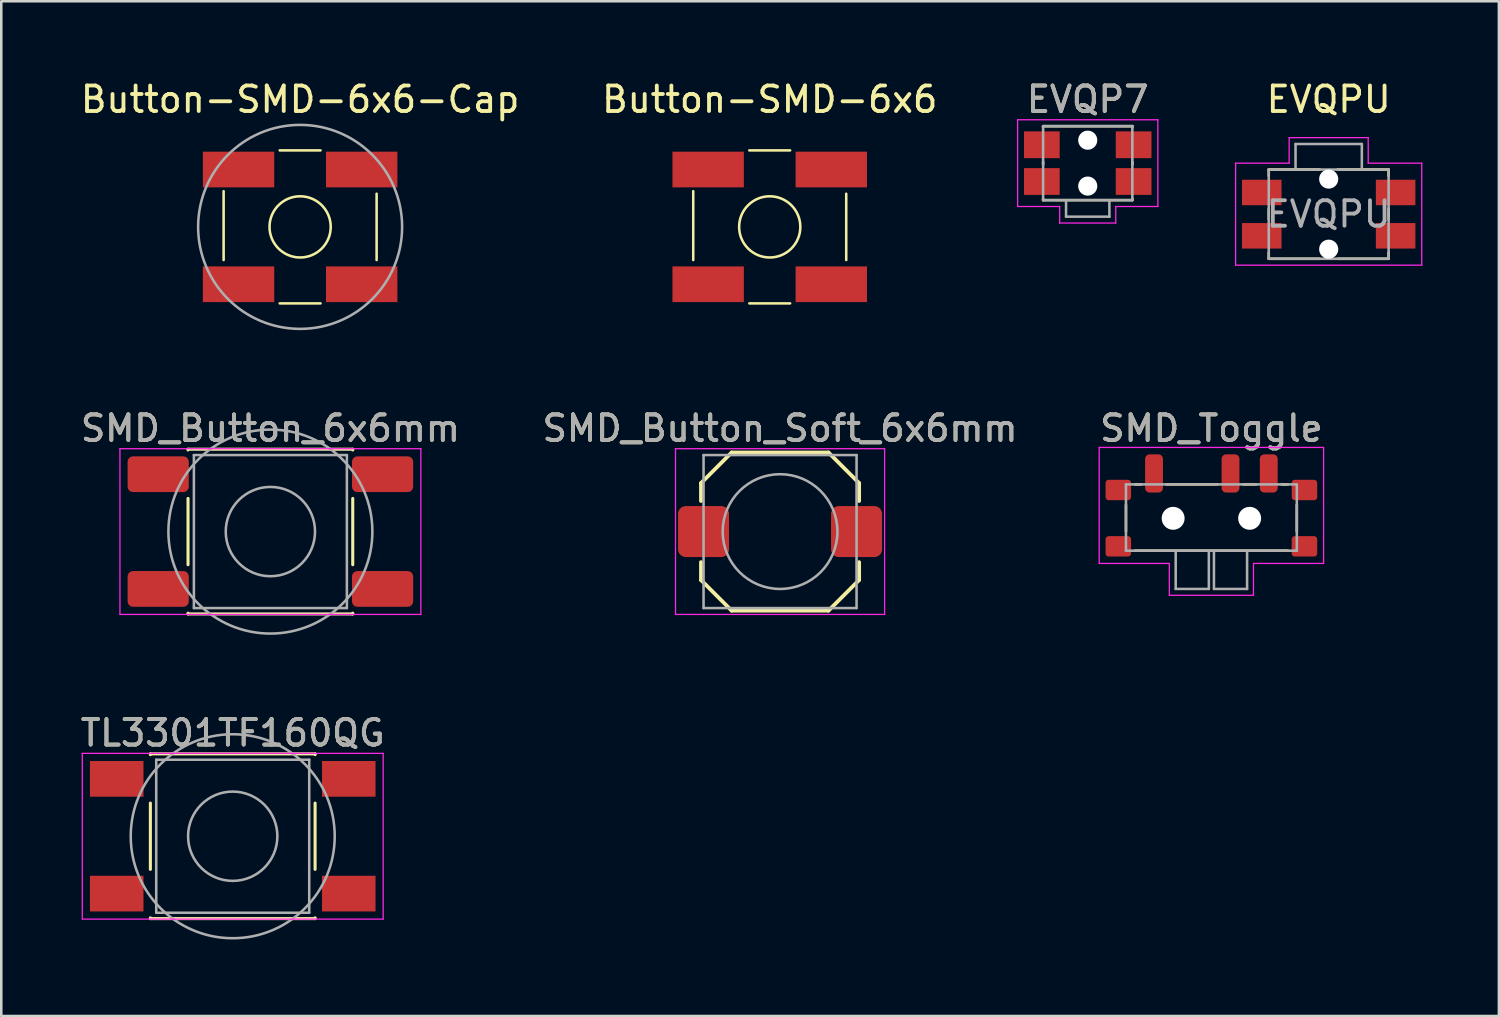
<source format=kicad_pcb>
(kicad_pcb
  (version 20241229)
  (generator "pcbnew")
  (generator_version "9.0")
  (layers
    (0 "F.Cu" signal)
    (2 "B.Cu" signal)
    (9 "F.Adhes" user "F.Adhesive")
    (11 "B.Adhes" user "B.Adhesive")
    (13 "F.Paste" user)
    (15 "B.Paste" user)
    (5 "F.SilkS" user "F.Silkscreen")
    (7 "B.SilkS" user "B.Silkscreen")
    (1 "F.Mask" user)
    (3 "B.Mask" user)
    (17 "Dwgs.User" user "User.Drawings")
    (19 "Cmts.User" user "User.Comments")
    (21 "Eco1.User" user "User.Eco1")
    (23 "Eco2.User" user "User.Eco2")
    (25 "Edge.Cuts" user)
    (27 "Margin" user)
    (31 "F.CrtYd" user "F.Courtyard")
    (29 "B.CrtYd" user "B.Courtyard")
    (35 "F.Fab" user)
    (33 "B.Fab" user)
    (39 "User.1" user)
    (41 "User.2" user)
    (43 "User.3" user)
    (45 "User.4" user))
  (footprint "SMD_Button_6x6mm"
    (layer "F.Cu")
    (at 7.554 17.797)
    (property "Reference" "SMD_Button_6x6mm" (at 0 -4.05 0) (layer "F.SilkS") (effects (font (size 1 1) (thickness 0.15))))
    (attr smd)
    (fp_line (start -3.23 -3.23) (end 3.23 -3.23) (stroke (width 0.12) (type solid)) (layer "F.SilkS"))
    (fp_line (start -3.23 -3.2) (end -3.23 -3.23) (stroke (width 0.12) (type solid)) (layer "F.SilkS"))
    (fp_line (start -3.23 -1.3) (end -3.23 1.3) (stroke (width 0.12) (type solid)) (layer "F.SilkS"))
    (fp_line (start -3.23 3.23) (end -3.23 3.2) (stroke (width 0.12) (type solid)) (layer "F.SilkS"))
    (fp_line (start -3.23 3.23) (end 3.23 3.23) (stroke (width 0.12) (type solid)) (layer "F.SilkS"))
    (fp_line (start 3.23 -3.23) (end 3.23 -3.2) (stroke (width 0.12) (type solid)) (layer "F.SilkS"))
    (fp_line (start 3.23 -1.3) (end 3.23 1.3) (stroke (width 0.12) (type solid)) (layer "F.SilkS"))
    (fp_line (start 3.23 3.23) (end 3.23 3.2) (stroke (width 0.12) (type solid)) (layer "F.SilkS"))
    (fp_line (start -5.9 -3.25) (end -5.9 3.25) (stroke (width 0.05) (type solid)) (layer "F.CrtYd"))
    (fp_line (start -5.9 -3.25) (end 5.9 -3.25) (stroke (width 0.05) (type solid)) (layer "F.CrtYd"))
    (fp_line (start -5.9 3.25) (end 5.9 3.25) (stroke (width 0.05) (type solid)) (layer "F.CrtYd"))
    (fp_line (start 5.9 3.25) (end 5.9 -3.25) (stroke (width 0.05) (type solid)) (layer "F.CrtYd"))
    (fp_line (start -3 -3) (end -3 3) (stroke (width 0.1) (type solid)) (layer "F.Fab"))
    (fp_line (start -3 3) (end 3 3) (stroke (width 0.1) (type solid)) (layer "F.Fab"))
    (fp_line (start 3 -3) (end -3 -3) (stroke (width 0.1) (type solid)) (layer "F.Fab"))
    (fp_line (start 3 3) (end 3 -3) (stroke (width 0.1) (type solid)) (layer "F.Fab"))
    (fp_circle (center 0 0) (end 1.75 -0.05) (stroke (width 0.1) (type solid)) (fill no) (layer "F.Fab"))
    (fp_circle (center 0 0) (end 4 0) (stroke (width 0.1) (type solid)) (fill no) (layer "F.Fab"))
    (fp_text user "${REFERENCE}" (at 0 -4.05 0) (layer "F.Fab") (effects (font (size 1 1) (thickness 0.15))))
    (pad "1" smd roundrect (at -4.4 -2.25) (size 2.4 1.4) (layers "F.Cu" "F.Mask" "F.Paste") (roundrect_rratio 0.15))
    (pad "1" smd roundrect (at 4.4 -2.25) (size 2.4 1.4) (layers "F.Cu" "F.Mask" "F.Paste") (roundrect_rratio 0.15))
    (pad "2" smd roundrect (at -4.4 2.25) (size 2.4 1.4) (layers "F.Cu" "F.Mask" "F.Paste") (roundrect_rratio 0.15))
    (pad "2" smd roundrect (at 4.4 2.25) (size 2.4 1.4) (layers "F.Cu" "F.Mask" "F.Paste") (roundrect_rratio 0.15)))
  (footprint "Button-SMD-6x6-Cap"
    (layer "F.Cu")
    (at 8.72 5.848)
    (property "Reference" "Button-SMD-6x6-Cap" (at 0 -5 0) (layer "F.SilkS") (effects (font (size 1 1) (thickness 0.15))))
    (attr smd)
    (fp_line (start -3 1.3) (end -3 -1.4) (stroke (width 0.1) (type solid)) (layer "F.SilkS"))
    (fp_line (start -0.8 -3) (end 0.8 -3) (stroke (width 0.1) (type solid)) (layer "F.SilkS"))
    (fp_line (start 0.8 3) (end -0.8 3) (stroke (width 0.1) (type solid)) (layer "F.SilkS"))
    (fp_line (start 3 -1.3) (end 3 1.3) (stroke (width 0.1) (type solid)) (layer "F.SilkS"))
    (fp_circle (center 0 0) (end 1.2 0) (stroke (width 0.1) (type solid)) (fill no) (layer "F.SilkS"))
    (fp_circle (center 0 0) (end 4 0) (stroke (width 0.1) (type solid)) (fill no) (layer "F.Fab"))
    (pad "1" smd rect (at -2.415 -2.25) (size 2.8 1.4) (layers "F.Cu" "F.Mask" "F.Paste"))
    (pad "1" smd rect (at 2.415 -2.25) (size 2.8 1.4) (layers "F.Cu" "F.Mask" "F.Paste"))
    (pad "2" smd rect (at -2.415 2.25) (size 2.8 1.4) (layers "F.Cu" "F.Mask" "F.Paste"))
    (pad "2" smd rect (at 2.415 2.25) (size 2.8 1.4) (layers "F.Cu" "F.Mask" "F.Paste")))
  (footprint "Button-SMD-6x6"
    (layer "F.Cu")
    (at 27.137 5.848)
    (property "Reference" "Button-SMD-6x6" (at 0 -5 0) (layer "F.SilkS") (effects (font (size 1 1) (thickness 0.15))))
    (attr smd)
    (fp_line (start -3 1.3) (end -3 -1.4) (stroke (width 0.1) (type solid)) (layer "F.SilkS"))
    (fp_line (start -0.8 -3) (end 0.8 -3) (stroke (width 0.1) (type solid)) (layer "F.SilkS"))
    (fp_line (start 0.8 3) (end -0.8 3) (stroke (width 0.1) (type solid)) (layer "F.SilkS"))
    (fp_line (start 3 -1.3) (end 3 1.3) (stroke (width 0.1) (type solid)) (layer "F.SilkS"))
    (fp_circle (center 0 0) (end 1.2 0) (stroke (width 0.1) (type solid)) (fill no) (layer "F.SilkS"))
    (pad "1" smd rect (at -2.415 -2.25) (size 2.8 1.4) (layers "F.Cu" "F.Mask" "F.Paste"))
    (pad "1" smd rect (at 2.415 -2.25) (size 2.8 1.4) (layers "F.Cu" "F.Mask" "F.Paste"))
    (pad "2" smd rect (at -2.415 2.25) (size 2.8 1.4) (layers "F.Cu" "F.Mask" "F.Paste"))
    (pad "2" smd rect (at 2.415 2.25) (size 2.8 1.4) (layers "F.Cu" "F.Mask" "F.Paste")))
  (footprint "TL3301TF160QG"
    (layer "F.Cu")
    (at 6.077 29.745)
    (property "Reference" "TL3301TF160QG" (at 0 -4.05 0) (layer "F.SilkS") (effects (font (size 1 1) (thickness 0.15))))
    (attr smd)
    (fp_line (start -3.23 -3.23) (end 3.23 -3.23) (stroke (width 0.12) (type solid)) (layer "F.SilkS"))
    (fp_line (start -3.23 -3.2) (end -3.23 -3.23) (stroke (width 0.12) (type solid)) (layer "F.SilkS"))
    (fp_line (start -3.23 -1.3) (end -3.23 1.3) (stroke (width 0.12) (type solid)) (layer "F.SilkS"))
    (fp_line (start -3.23 3.23) (end -3.23 3.2) (stroke (width 0.12) (type solid)) (layer "F.SilkS"))
    (fp_line (start -3.23 3.23) (end 3.23 3.23) (stroke (width 0.12) (type solid)) (layer "F.SilkS"))
    (fp_line (start 3.23 -3.23) (end 3.23 -3.2) (stroke (width 0.12) (type solid)) (layer "F.SilkS"))
    (fp_line (start 3.23 -1.3) (end 3.23 1.3) (stroke (width 0.12) (type solid)) (layer "F.SilkS"))
    (fp_line (start 3.23 3.23) (end 3.23 3.2) (stroke (width 0.12) (type solid)) (layer "F.SilkS"))
    (fp_line (start -5.9 -3.25) (end -5.9 3.25) (stroke (width 0.05) (type solid)) (layer "F.CrtYd"))
    (fp_line (start -5.9 -3.25) (end 5.9 -3.25) (stroke (width 0.05) (type solid)) (layer "F.CrtYd"))
    (fp_line (start -5.9 3.25) (end 5.9 3.25) (stroke (width 0.05) (type solid)) (layer "F.CrtYd"))
    (fp_line (start 5.9 3.25) (end 5.9 -3.25) (stroke (width 0.05) (type solid)) (layer "F.CrtYd"))
    (fp_line (start -3 -3) (end -3 3) (stroke (width 0.1) (type solid)) (layer "F.Fab"))
    (fp_line (start -3 3) (end 3 3) (stroke (width 0.1) (type solid)) (layer "F.Fab"))
    (fp_line (start 3 -3) (end -3 -3) (stroke (width 0.1) (type solid)) (layer "F.Fab"))
    (fp_line (start 3 3) (end 3 -3) (stroke (width 0.1) (type solid)) (layer "F.Fab"))
    (fp_circle (center 0 0) (end 1.75 -0.05) (stroke (width 0.1) (type solid)) (fill no) (layer "F.Fab"))
    (fp_circle (center 0 0) (end 4 0) (stroke (width 0.1) (type solid)) (fill no) (layer "F.Fab"))
    (fp_text user "${REFERENCE}" (at 0 -4.05 0) (layer "F.Fab") (effects (font (size 1 1) (thickness 0.15))))
    (pad "1" smd rect (at -4.55 -2.25) (size 2.1 1.4) (layers "F.Cu" "F.Mask" "F.Paste"))
    (pad "1" smd rect (at 4.55 -2.25) (size 2.1 1.4) (layers "F.Cu" "F.Mask" "F.Paste"))
    (pad "2" smd rect (at -4.55 2.25) (size 2.1 1.4) (layers "F.Cu" "F.Mask" "F.Paste"))
    (pad "2" smd rect (at 4.55 2.25) (size 2.1 1.4) (layers "F.Cu" "F.Mask" "F.Paste")))
  (footprint "SMD_Toggle"
    (layer "F.Cu")
    (at 44.458 16.947)
    (property "Reference" "SMD_Toggle" (at 0 -3.2 0) (layer "F.SilkS") (effects (font (size 1 1) (thickness 0.15))))
    (attr smd)
    (fp_line (start -3.35 -0.2) (end -3.35 0.85) (stroke (width 0.1) (type solid)) (layer "F.SilkS"))
    (fp_line (start -3 -1) (end -2.75 -1) (stroke (width 0.1) (type solid)) (layer "F.SilkS"))
    (fp_line (start -3 1.6) (end 3 1.6) (stroke (width 0.1) (type solid)) (layer "F.SilkS"))
    (fp_line (start -1.75 -1) (end 0.25 -1) (stroke (width 0.1) (type solid)) (layer "F.SilkS"))
    (fp_line (start 1.25 -1) (end 1.75 -1) (stroke (width 0.1) (type solid)) (layer "F.SilkS"))
    (fp_line (start 2.75 -1) (end 3 -1) (stroke (width 0.1) (type solid)) (layer "F.SilkS"))
    (fp_line (start 3.35 -0.2) (end 3.35 0.85) (stroke (width 0.1) (type solid)) (layer "F.SilkS"))
    (fp_line (start -4.4 -2.45) (end 4.4 -2.45) (stroke (width 0.05) (type solid)) (layer "F.CrtYd"))
    (fp_line (start -4.4 2.1) (end -4.4 -2.45) (stroke (width 0.05) (type solid)) (layer "F.CrtYd"))
    (fp_line (start -1.65 2.1) (end -4.4 2.1) (stroke (width 0.05) (type solid)) (layer "F.CrtYd"))
    (fp_line (start -1.65 3.35) (end -1.65 2.1) (stroke (width 0.05) (type solid)) (layer "F.CrtYd"))
    (fp_line (start 1.65 2.1) (end 1.65 3.35) (stroke (width 0.05) (type solid)) (layer "F.CrtYd"))
    (fp_line (start 1.65 3.35) (end -1.65 3.35) (stroke (width 0.05) (type solid)) (layer "F.CrtYd"))
    (fp_line (start 4.4 -2.45) (end 4.4 2.1) (stroke (width 0.05) (type solid)) (layer "F.CrtYd"))
    (fp_line (start 4.4 2.1) (end 1.65 2.1) (stroke (width 0.05) (type solid)) (layer "F.CrtYd"))
    (fp_line (start -3.35 -1) (end -3.35 1.6) (stroke (width 0.1) (type solid)) (layer "F.Fab"))
    (fp_line (start -3.35 1.6) (end 3.35 1.6) (stroke (width 0.1) (type solid)) (layer "F.Fab"))
    (fp_line (start -1.4 1.6) (end -1.4 3.1) (stroke (width 0.1) (type solid)) (layer "F.Fab"))
    (fp_line (start -1.4 3.1) (end -0.1 3.1) (stroke (width 0.1) (type solid)) (layer "F.Fab"))
    (fp_line (start -0.1 3.1) (end -0.1 1.6) (stroke (width 0.1) (type solid)) (layer "F.Fab"))
    (fp_line (start 0.1 1.6) (end 0.1 3.1) (stroke (width 0.1) (type solid)) (layer "F.Fab"))
    (fp_line (start 0.1 3.1) (end 1.4 3.1) (stroke (width 0.1) (type solid)) (layer "F.Fab"))
    (fp_line (start 1.4 1.6) (end 1.4 3.1) (stroke (width 0.1) (type solid)) (layer "F.Fab"))
    (fp_line (start 3.35 -1) (end -3.35 -1) (stroke (width 0.1) (type solid)) (layer "F.Fab"))
    (fp_line (start 3.35 1.6) (end 3.35 -1) (stroke (width 0.1) (type solid)) (layer "F.Fab"))
    (fp_text user "${REFERENCE}" (at 0 -3.2 0) (layer "F.Fab") (effects (font (size 1 1) (thickness 0.15))))
    (pad "" smd roundrect (at -3.65 -0.78) (size 1 0.8) (layers "F.Cu" "F.Mask" "F.Paste") (roundrect_rratio 0.15))
    (pad "" smd roundrect (at -3.65 1.43) (size 1 0.8) (layers "F.Cu" "F.Mask" "F.Paste") (roundrect_rratio 0.15))
    (pad "" np_thru_hole circle (at -1.5 0.33) (size 0.9 0.9) (drill 0.9) (layers "*.Cu" "*.Mask"))
    (pad "" np_thru_hole circle (at 1.5 0.33) (size 0.9 0.9) (drill 0.9) (layers "*.Cu" "*.Mask"))
    (pad "" smd roundrect (at 3.65 -0.78) (size 1 0.8) (layers "F.Cu" "F.Mask" "F.Paste") (roundrect_rratio 0.15))
    (pad "" smd roundrect (at 3.65 1.43) (size 1 0.8) (layers "F.Cu" "F.Mask" "F.Paste") (roundrect_rratio 0.15))
    (pad "1" smd roundrect (at -2.25 -1.43) (size 0.7 1.5) (layers "F.Cu" "F.Mask" "F.Paste") (roundrect_rratio 0.25))
    (pad "2" smd roundrect (at 0.75 -1.43) (size 0.7 1.5) (layers "F.Cu" "F.Mask" "F.Paste") (roundrect_rratio 0.25))
    (pad "3" smd roundrect (at 2.25 -1.43) (size 0.7 1.5) (layers "F.Cu" "F.Mask" "F.Paste") (roundrect_rratio 0.25)))
  (footprint "EVQP7"
    (layer "F.Cu")
    (at 39.608 3.348)
    (property "Reference" "EVQP7" (at 0 -2.5 0) (layer "F.SilkS") (effects (font (size 1 1) (thickness 0.15))))
    (attr smd)
    (fp_line (start -1.75 -1.45) (end -1.75 -1.4) (stroke (width 0.1) (type solid)) (layer "F.SilkS"))
    (fp_line (start -1.75 -1.45) (end 1.75 -1.45) (stroke (width 0.1) (type solid)) (layer "F.SilkS"))
    (fp_line (start -1.75 -0.05) (end -1.75 0.05) (stroke (width 0.1) (type solid)) (layer "F.SilkS"))
    (fp_line (start -1.75 1.4) (end -1.75 1.45) (stroke (width 0.1) (type solid)) (layer "F.SilkS"))
    (fp_line (start -1.75 1.45) (end 1.75 1.45) (stroke (width 0.1) (type solid)) (layer "F.SilkS"))
    (fp_line (start 1.75 -1.45) (end 1.75 -1.4) (stroke (width 0.1) (type solid)) (layer "F.SilkS"))
    (fp_line (start 1.75 -0.05) (end 1.75 0.05) (stroke (width 0.1) (type solid)) (layer "F.SilkS"))
    (fp_line (start 1.75 1.4) (end 1.75 1.45) (stroke (width 0.1) (type solid)) (layer "F.SilkS"))
    (fp_line (start -2.75 -1.7) (end 2.75 -1.7) (stroke (width 0.05) (type solid)) (layer "F.CrtYd"))
    (fp_line (start -2.75 1.7) (end -2.75 -1.7) (stroke (width 0.05) (type solid)) (layer "F.CrtYd"))
    (fp_line (start -1.1 1.7) (end -2.75 1.7) (stroke (width 0.05) (type solid)) (layer "F.CrtYd"))
    (fp_line (start -1.1 2.35) (end -1.1 1.7) (stroke (width 0.05) (type solid)) (layer "F.CrtYd"))
    (fp_line (start 1.1 1.7) (end 1.1 2.35) (stroke (width 0.05) (type solid)) (layer "F.CrtYd"))
    (fp_line (start 1.1 2.35) (end -1.1 2.35) (stroke (width 0.05) (type solid)) (layer "F.CrtYd"))
    (fp_line (start 2.75 -1.7) (end 2.75 1.7) (stroke (width 0.05) (type solid)) (layer "F.CrtYd"))
    (fp_line (start 2.75 1.7) (end 1.1 1.7) (stroke (width 0.05) (type solid)) (layer "F.CrtYd"))
    (fp_line (start -1.75 -1.45) (end 1.75 -1.45) (stroke (width 0.1) (type solid)) (layer "F.Fab"))
    (fp_line (start -1.75 1.45) (end -1.75 -1.45) (stroke (width 0.1) (type solid)) (layer "F.Fab"))
    (fp_line (start -0.85 2.1) (end -0.85 1.45) (stroke (width 0.1) (type solid)) (layer "F.Fab"))
    (fp_line (start -0.85 2.1) (end 0.85 2.1) (stroke (width 0.1) (type solid)) (layer "F.Fab"))
    (fp_line (start 0.85 2.1) (end 0.85 1.45) (stroke (width 0.1) (type solid)) (layer "F.Fab"))
    (fp_line (start 1.75 -1.45) (end 1.75 1.45) (stroke (width 0.1) (type solid)) (layer "F.Fab"))
    (fp_line (start 1.75 1.45) (end -1.75 1.45) (stroke (width 0.1) (type solid)) (layer "F.Fab"))
    (fp_text user "${REFERENCE}" (at 0 -2.5 0) (layer "F.Fab") (effects (font (size 1 1) (thickness 0.15))))
    (pad "" np_thru_hole circle (at 0 -0.9) (size 0.75 0.75) (drill 0.75) (layers "*.Cu" "*.Mask"))
    (pad "" np_thru_hole circle (at 0 0.9) (size 0.75 0.75) (drill 0.75) (layers "*.Cu" "*.Mask"))
    (pad "1" smd rect (at -1.8 -0.72) (size 1.4 1.05) (layers "F.Cu" "F.Mask" "F.Paste"))
    (pad "1" smd rect (at 1.8 -0.72) (size 1.4 1.05) (layers "F.Cu" "F.Mask" "F.Paste"))
    (pad "2" smd rect (at -1.8 0.72) (size 1.4 1.05) (layers "F.Cu" "F.Mask" "F.Paste"))
    (pad "2" smd rect (at 1.8 0.72) (size 1.4 1.05) (layers "F.Cu" "F.Mask" "F.Paste")))
  (footprint "EVQPU"
    (layer "F.Cu")
    (at 49.058 5.348)
    (property "Reference" "EVQPU" (at 0 -4.5 0) (layer "F.SilkS") (effects (font (size 1 1) (thickness 0.15))))
    (attr smd)
    (fp_line (start -2.35 -1.5) (end -2.35 -1.75) (stroke (width 0.1) (type solid)) (layer "F.SilkS"))
    (fp_line (start -2.35 0.2) (end -2.35 -0.2) (stroke (width 0.1) (type solid)) (layer "F.SilkS"))
    (fp_line (start -2.35 1.75) (end -2.35 1.5) (stroke (width 0.1) (type solid)) (layer "F.SilkS"))
    (fp_line (start -0.35 -1.75) (end -2.35 -1.75) (stroke (width 0.1) (type solid)) (layer "F.SilkS"))
    (fp_line (start -0.35 1.75) (end -2.35 1.75) (stroke (width 0.1) (type solid)) (layer "F.SilkS"))
    (fp_line (start 0.35 -1.75) (end 2.35 -1.75) (stroke (width 0.1) (type solid)) (layer "F.SilkS"))
    (fp_line (start 0.35 1.75) (end 2.35 1.75) (stroke (width 0.1) (type solid)) (layer "F.SilkS"))
    (fp_line (start 2.35 -1.5) (end 2.35 -1.75) (stroke (width 0.1) (type solid)) (layer "F.SilkS"))
    (fp_line (start 2.35 0.2) (end 2.35 -0.2) (stroke (width 0.1) (type solid)) (layer "F.SilkS"))
    (fp_line (start 2.35 1.75) (end 2.35 1.5) (stroke (width 0.1) (type solid)) (layer "F.SilkS"))
    (fp_line (start -3.65 -2) (end -1.55 -2) (stroke (width 0.05) (type solid)) (layer "F.CrtYd"))
    (fp_line (start -3.65 2) (end -3.65 -2) (stroke (width 0.05) (type solid)) (layer "F.CrtYd"))
    (fp_line (start -1.55 -3) (end 1.55 -3) (stroke (width 0.05) (type solid)) (layer "F.CrtYd"))
    (fp_line (start -1.55 -2) (end -1.55 -3) (stroke (width 0.05) (type solid)) (layer "F.CrtYd"))
    (fp_line (start 1.55 -3) (end 1.55 -2) (stroke (width 0.05) (type solid)) (layer "F.CrtYd"))
    (fp_line (start 1.55 -2) (end 3.65 -2) (stroke (width 0.05) (type solid)) (layer "F.CrtYd"))
    (fp_line (start 3.65 -2) (end 3.65 2) (stroke (width 0.05) (type solid)) (layer "F.CrtYd"))
    (fp_line (start 3.65 2) (end -3.65 2) (stroke (width 0.05) (type solid)) (layer "F.CrtYd"))
    (fp_line (start -2.35 1.75) (end -2.35 -1.75) (stroke (width 0.1) (type solid)) (layer "F.Fab"))
    (fp_line (start -1.3 -2.75) (end -1.3 -1.75) (stroke (width 0.1) (type solid)) (layer "F.Fab"))
    (fp_line (start 1.3 -2.75) (end -1.3 -2.75) (stroke (width 0.1) (type solid)) (layer "F.Fab"))
    (fp_line (start 1.3 -2.75) (end 1.3 -1.75) (stroke (width 0.1) (type solid)) (layer "F.Fab"))
    (fp_line (start 2.35 -1.75) (end -2.35 -1.75) (stroke (width 0.1) (type solid)) (layer "F.Fab"))
    (fp_line (start 2.35 1.75) (end -2.35 1.75) (stroke (width 0.1) (type solid)) (layer "F.Fab"))
    (fp_line (start 2.35 1.75) (end 2.35 -1.75) (stroke (width 0.1) (type solid)) (layer "F.Fab"))
    (fp_text user "${REFERENCE}" (at 0 0 0) (layer "F.Fab") (effects (font (size 1 1) (thickness 0.15))))
    (pad "" np_thru_hole circle (at 0 -1.375 180) (size 0.75 0.75) (drill 0.75) (layers "*.Cu" "*.Mask"))
    (pad "" np_thru_hole circle (at 0 1.375 180) (size 0.75 0.75) (drill 0.75) (layers "*.Cu" "*.Mask"))
    (pad "1" smd rect (at -2.625 -0.85 180) (size 1.55 1) (layers "F.Cu" "F.Mask" "F.Paste"))
    (pad "1" smd rect (at 2.625 -0.85 180) (size 1.55 1) (layers "F.Cu" "F.Mask" "F.Paste"))
    (pad "2" smd rect (at -2.625 0.85 180) (size 1.55 1) (layers "F.Cu" "F.Mask" "F.Paste"))
    (pad "2" smd rect (at 2.625 0.85 180) (size 1.55 1) (layers "F.Cu" "F.Mask" "F.Paste")))
  (footprint "SMD_Button_Soft_6x6mm"
    (layer "F.Cu")
    (at 27.542 17.797)
    (property "Reference" "SMD_Button_Soft_6x6mm" (at 0 -4.05 0) (layer "F.SilkS") (effects (font (size 1 1) (thickness 0.15))))
    (attr smd)
    (fp_line (start -3.1 -1.2) (end -3.1 -1.9) (stroke (width 0.15) (type solid)) (layer "F.SilkS"))
    (fp_line (start -3.1 1.9) (end -3.1 1.2) (stroke (width 0.15) (type solid)) (layer "F.SilkS"))
    (fp_line (start -3.1 1.9) (end -1.9 3.1) (stroke (width 0.15) (type solid)) (layer "F.SilkS"))
    (fp_line (start -1.9 -3.1) (end -3.1 -1.9) (stroke (width 0.15) (type solid)) (layer "F.SilkS"))
    (fp_line (start -1.9 -3.1) (end 1.9 -3.1) (stroke (width 0.15) (type solid)) (layer "F.SilkS"))
    (fp_line (start -1.9 3.1) (end 1.9 3.1) (stroke (width 0.15) (type solid)) (layer "F.SilkS"))
    (fp_line (start 1.9 -3.1) (end 3.1 -1.9) (stroke (width 0.15) (type solid)) (layer "F.SilkS"))
    (fp_line (start 3.1 -1.2) (end 3.1 -1.9) (stroke (width 0.15) (type solid)) (layer "F.SilkS"))
    (fp_line (start 3.1 1.2) (end 3.1 1.9) (stroke (width 0.15) (type solid)) (layer "F.SilkS"))
    (fp_line (start 3.1 1.9) (end 1.9 3.1) (stroke (width 0.15) (type solid)) (layer "F.SilkS"))
    (fp_line (start -4.1 -3.25) (end -4.1 3.25) (stroke (width 0.05) (type solid)) (layer "F.CrtYd"))
    (fp_line (start -4.1 -3.25) (end 4.1 -3.25) (stroke (width 0.05) (type solid)) (layer "F.CrtYd"))
    (fp_line (start -4.1 3.25) (end 4.1 3.25) (stroke (width 0.05) (type solid)) (layer "F.CrtYd"))
    (fp_line (start 4.1 3.25) (end 4.1 -3.25) (stroke (width 0.05) (type solid)) (layer "F.CrtYd"))
    (fp_line (start -3 -3) (end -3 3) (stroke (width 0.1) (type solid)) (layer "F.Fab"))
    (fp_line (start -3 3) (end 3 3) (stroke (width 0.1) (type solid)) (layer "F.Fab"))
    (fp_line (start 3 -3) (end -3 -3) (stroke (width 0.1) (type solid)) (layer "F.Fab"))
    (fp_line (start 3 3) (end 3 -3) (stroke (width 0.1) (type solid)) (layer "F.Fab"))
    (fp_circle (center 0 0) (end 2.25 0) (stroke (width 0.1) (type solid)) (fill no) (layer "F.Fab"))
    (fp_text user "${REFERENCE}" (at 0 -4.05 0) (layer "F.Fab") (effects (font (size 1 1) (thickness 0.15))))
    (pad "1" smd roundrect (at -3 0) (size 2 2) (layers "F.Cu" "F.Mask" "F.Paste") (roundrect_rratio 0.15))
    (pad "2" smd roundrect (at 3 0) (size 2 2) (layers "F.Cu" "F.Mask" "F.Paste") (roundrect_rratio 0.15)))
  (gr_rect
    (start -3 -3)
    (end 55.733 36.795)
    (stroke (width 0.1) (type default))
    (fill no)
    (layer "Edge.Cuts")))
</source>
